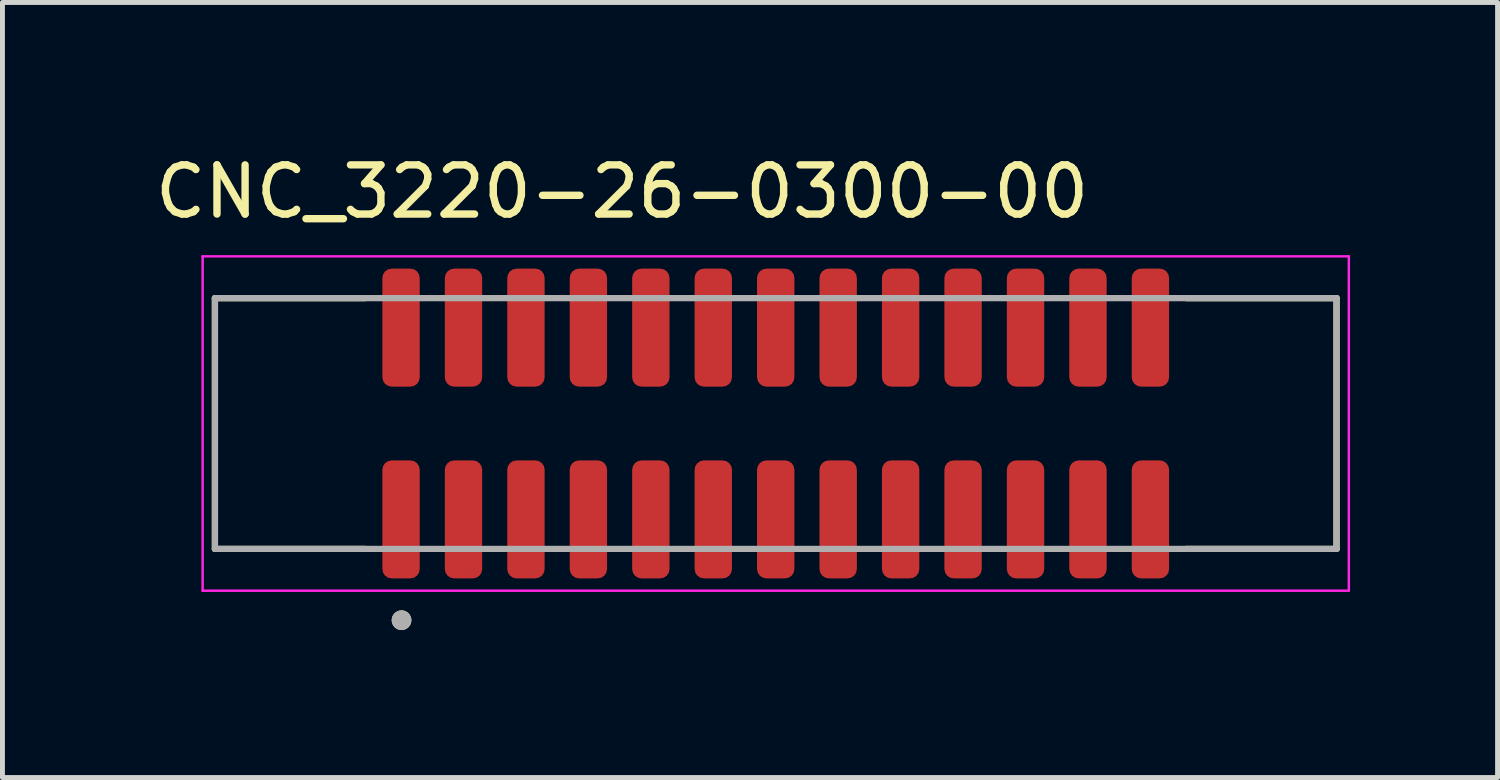
<source format=kicad_pcb>
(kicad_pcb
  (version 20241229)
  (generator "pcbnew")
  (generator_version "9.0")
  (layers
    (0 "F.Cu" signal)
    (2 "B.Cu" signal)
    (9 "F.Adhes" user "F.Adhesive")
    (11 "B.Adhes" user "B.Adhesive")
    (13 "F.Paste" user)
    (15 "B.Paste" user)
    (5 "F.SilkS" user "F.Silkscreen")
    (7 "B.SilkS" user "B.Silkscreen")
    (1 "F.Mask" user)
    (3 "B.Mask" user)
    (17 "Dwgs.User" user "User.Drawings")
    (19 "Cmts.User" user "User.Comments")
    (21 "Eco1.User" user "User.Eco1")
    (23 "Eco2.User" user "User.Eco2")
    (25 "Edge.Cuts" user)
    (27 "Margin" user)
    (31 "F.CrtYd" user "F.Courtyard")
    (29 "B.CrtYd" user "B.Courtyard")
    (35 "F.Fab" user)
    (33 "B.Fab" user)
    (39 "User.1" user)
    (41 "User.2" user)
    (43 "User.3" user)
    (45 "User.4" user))
  (footprint "CNC_3220-26-0300-00"
    (layer "F.Cu")
    (at 12.726 5.563)
    (property "Reference" "CNC_3220-26-0300-00" (at -3.125 -4.715 0) (layer "F.SilkS") (effects (font (size 1 1) (thickness 0.15))))
    (attr smd)
    (fp_line (start -11.405 -2.55) (end -11.405 2.55) (stroke (width 0.127) (type solid)) (layer "F.SilkS"))
    (fp_line (start -11.405 2.55) (end -8.35 2.55) (stroke (width 0.127) (type solid)) (layer "F.SilkS"))
    (fp_line (start -8.35 -2.55) (end -11.405 -2.55) (stroke (width 0.127) (type solid)) (layer "F.SilkS"))
    (fp_line (start 8.35 2.55) (end 11.405 2.55) (stroke (width 0.127) (type solid)) (layer "F.SilkS"))
    (fp_line (start 11.405 -2.55) (end 8.35 -2.55) (stroke (width 0.127) (type solid)) (layer "F.SilkS"))
    (fp_line (start 11.405 2.55) (end 11.405 -2.55) (stroke (width 0.127) (type solid)) (layer "F.SilkS"))
    (fp_circle (center -7.61 4) (end -7.51 4) (stroke (width 0.2) (type solid)) (fill no) (layer "F.SilkS"))
    (fp_line (start -11.655 -3.4) (end -11.655 3.4) (stroke (width 0.05) (type solid)) (layer "F.CrtYd"))
    (fp_line (start -11.655 3.4) (end 11.655 3.4) (stroke (width 0.05) (type solid)) (layer "F.CrtYd"))
    (fp_line (start 11.655 -3.4) (end -11.655 -3.4) (stroke (width 0.05) (type solid)) (layer "F.CrtYd"))
    (fp_line (start 11.655 3.4) (end 11.655 -3.4) (stroke (width 0.05) (type solid)) (layer "F.CrtYd"))
    (fp_line (start -11.405 -2.55) (end -11.405 2.55) (stroke (width 0.127) (type solid)) (layer "F.Fab"))
    (fp_line (start -11.405 2.55) (end 11.405 2.55) (stroke (width 0.127) (type solid)) (layer "F.Fab"))
    (fp_line (start 11.405 -2.55) (end -11.405 -2.55) (stroke (width 0.127) (type solid)) (layer "F.Fab"))
    (fp_line (start 11.405 2.55) (end 11.405 -2.55) (stroke (width 0.127) (type solid)) (layer "F.Fab"))
    (fp_circle (center -7.61 4) (end -7.51 4) (stroke (width 0.2) (type solid)) (fill no) (layer "F.Fab"))
    (pad "1" smd roundrect (at -7.62 1.95) (size 0.76 2.4) (layers "F.Cu" "F.Mask" "F.Paste") (roundrect_rratio 0.25))
    (pad "2" smd roundrect (at -7.62 -1.95) (size 0.76 2.4) (layers "F.Cu" "F.Mask" "F.Paste") (roundrect_rratio 0.25))
    (pad "3" smd roundrect (at -6.35 1.95) (size 0.76 2.4) (layers "F.Cu" "F.Mask" "F.Paste") (roundrect_rratio 0.25))
    (pad "4" smd roundrect (at -6.35 -1.95) (size 0.76 2.4) (layers "F.Cu" "F.Mask" "F.Paste") (roundrect_rratio 0.25))
    (pad "5" smd roundrect (at -5.08 1.95) (size 0.76 2.4) (layers "F.Cu" "F.Mask" "F.Paste") (roundrect_rratio 0.25))
    (pad "6" smd roundrect (at -5.08 -1.95) (size 0.76 2.4) (layers "F.Cu" "F.Mask" "F.Paste") (roundrect_rratio 0.25))
    (pad "7" smd roundrect (at -3.81 1.95) (size 0.76 2.4) (layers "F.Cu" "F.Mask" "F.Paste") (roundrect_rratio 0.25))
    (pad "8" smd roundrect (at -3.81 -1.95) (size 0.76 2.4) (layers "F.Cu" "F.Mask" "F.Paste") (roundrect_rratio 0.25))
    (pad "9" smd roundrect (at -2.54 1.95) (size 0.76 2.4) (layers "F.Cu" "F.Mask" "F.Paste") (roundrect_rratio 0.25))
    (pad "10" smd roundrect (at -2.54 -1.95) (size 0.76 2.4) (layers "F.Cu" "F.Mask" "F.Paste") (roundrect_rratio 0.25))
    (pad "11" smd roundrect (at -1.27 1.95) (size 0.76 2.4) (layers "F.Cu" "F.Mask" "F.Paste") (roundrect_rratio 0.25))
    (pad "12" smd roundrect (at -1.27 -1.95) (size 0.76 2.4) (layers "F.Cu" "F.Mask" "F.Paste") (roundrect_rratio 0.25))
    (pad "13" smd roundrect (at 0 1.95) (size 0.76 2.4) (layers "F.Cu" "F.Mask" "F.Paste") (roundrect_rratio 0.25))
    (pad "14" smd roundrect (at 0 -1.95) (size 0.76 2.4) (layers "F.Cu" "F.Mask" "F.Paste") (roundrect_rratio 0.25))
    (pad "15" smd roundrect (at 1.27 1.95) (size 0.76 2.4) (layers "F.Cu" "F.Mask" "F.Paste") (roundrect_rratio 0.25))
    (pad "16" smd roundrect (at 1.27 -1.95) (size 0.76 2.4) (layers "F.Cu" "F.Mask" "F.Paste") (roundrect_rratio 0.25))
    (pad "17" smd roundrect (at 2.54 1.95) (size 0.76 2.4) (layers "F.Cu" "F.Mask" "F.Paste") (roundrect_rratio 0.25))
    (pad "18" smd roundrect (at 2.54 -1.95) (size 0.76 2.4) (layers "F.Cu" "F.Mask" "F.Paste") (roundrect_rratio 0.25))
    (pad "19" smd roundrect (at 3.81 1.95) (size 0.76 2.4) (layers "F.Cu" "F.Mask" "F.Paste") (roundrect_rratio 0.25))
    (pad "20" smd roundrect (at 3.81 -1.95) (size 0.76 2.4) (layers "F.Cu" "F.Mask" "F.Paste") (roundrect_rratio 0.25))
    (pad "21" smd roundrect (at 5.08 1.95) (size 0.76 2.4) (layers "F.Cu" "F.Mask" "F.Paste") (roundrect_rratio 0.25))
    (pad "22" smd roundrect (at 5.08 -1.95) (size 0.76 2.4) (layers "F.Cu" "F.Mask" "F.Paste") (roundrect_rratio 0.25))
    (pad "23" smd roundrect (at 6.35 1.95) (size 0.76 2.4) (layers "F.Cu" "F.Mask" "F.Paste") (roundrect_rratio 0.25))
    (pad "24" smd roundrect (at 6.35 -1.95) (size 0.76 2.4) (layers "F.Cu" "F.Mask" "F.Paste") (roundrect_rratio 0.25))
    (pad "25" smd roundrect (at 7.62 1.95) (size 0.76 2.4) (layers "F.Cu" "F.Mask" "F.Paste") (roundrect_rratio 0.25))
    (pad "26" smd roundrect (at 7.62 -1.95) (size 0.76 2.4) (layers "F.Cu" "F.Mask" "F.Paste") (roundrect_rratio 0.25)))
  (gr_rect
    (start -3 -3)
    (end 27.406 12.763)
    (stroke (width 0.1) (type default))
    (fill no)
    (layer "Edge.Cuts")))
</source>
